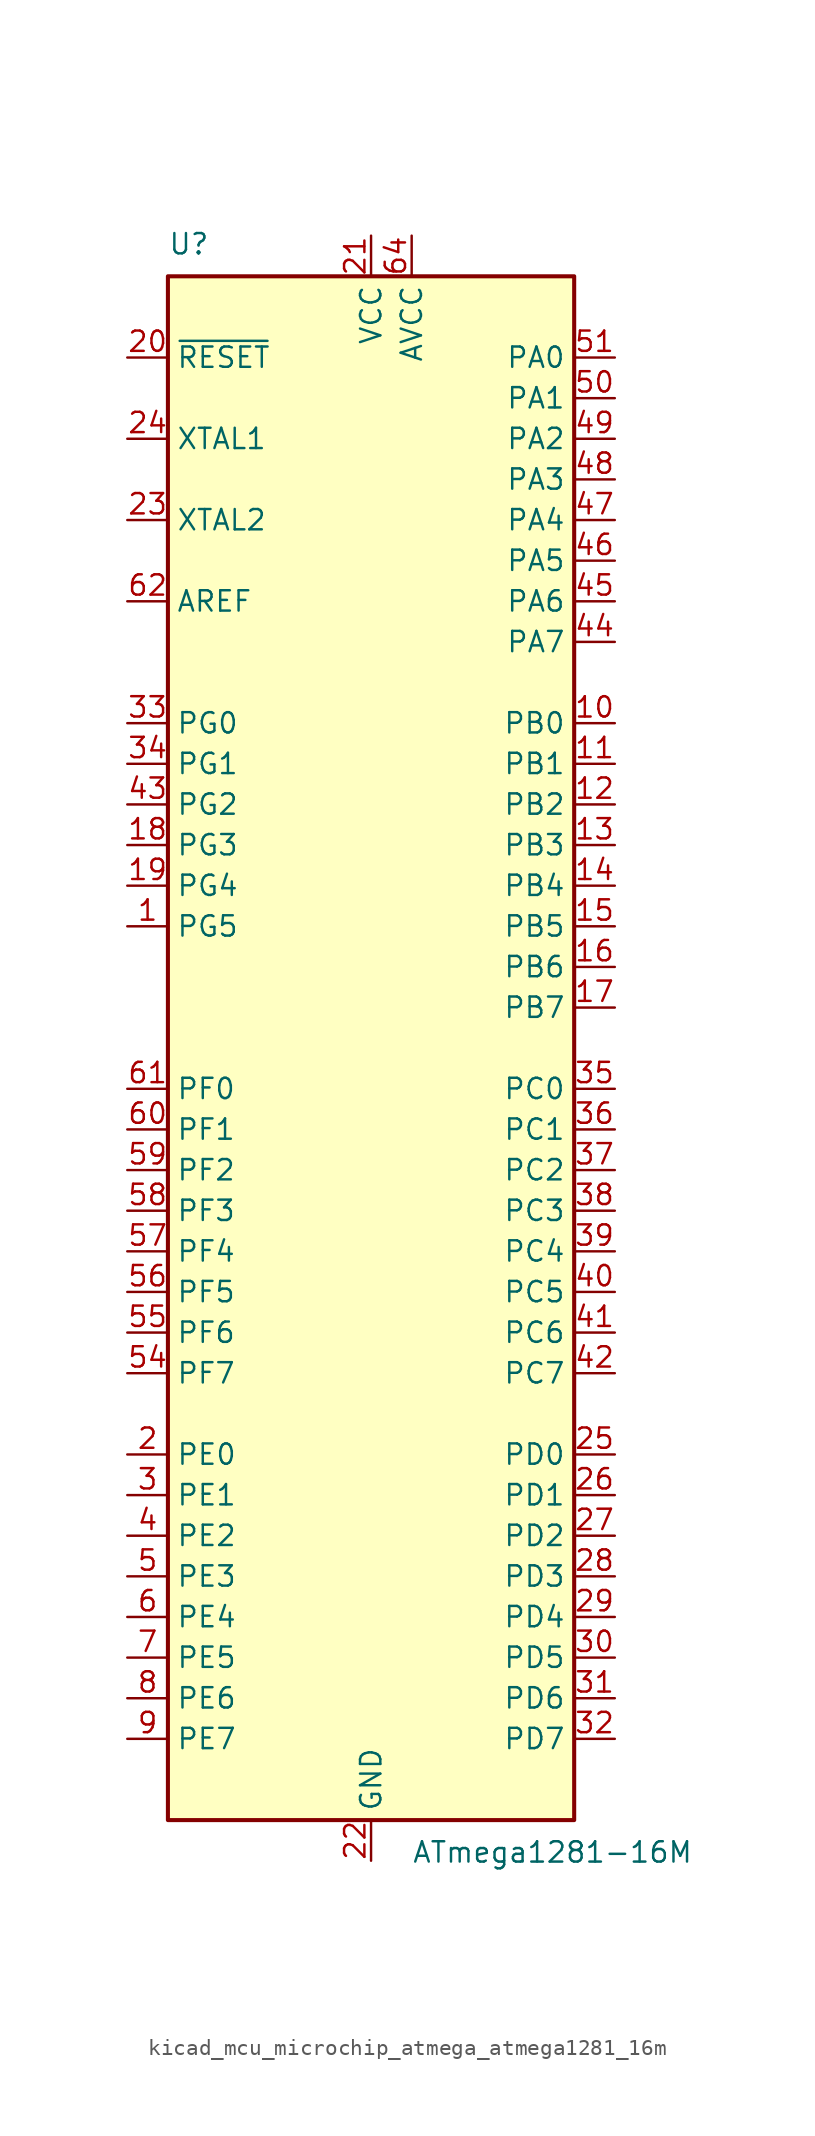
<source format=kicad_sym>
(kicad_symbol_lib
  (version 20220914)
  (generator kicad_symbol_editor)
  (symbol "kicad_mcu_microchip_atmega_atmega1281_16m"
    (property "Reference" "U"
      (at -12.7 49.53 0)
      (effects (font (size 1.27 1.27)) (justify left bottom)))
    (property "Value" "ATmega1281-16M"
      (at 2.54 -49.53 0)
      (effects (font (size 1.27 1.27)) (justify left top)))
    (symbol "kicad_mcu_microchip_atmega_atmega1281_16m_0_1"
      (rectangle (start -12.7 -48.26) (end 12.7 48.26) (stroke (width 0.254) (type default)) (fill (type background))))
    (symbol "kicad_mcu_microchip_atmega_atmega1281_16m_1_1"
      (pin bidirectional line (at -15.24 7.62 0) (length 2.54) (name "PG5" (effects (font (size 1.27 1.27)))) (number "1" (effects (font (size 1.27 1.27)))))
      (pin bidirectional line (at 15.24 20.32 180) (length 2.54) (name "PB0" (effects (font (size 1.27 1.27)))) (number "10" (effects (font (size 1.27 1.27)))))
      (pin bidirectional line (at 15.24 17.78 180) (length 2.54) (name "PB1" (effects (font (size 1.27 1.27)))) (number "11" (effects (font (size 1.27 1.27)))))
      (pin bidirectional line (at 15.24 15.24 180) (length 2.54) (name "PB2" (effects (font (size 1.27 1.27)))) (number "12" (effects (font (size 1.27 1.27)))))
      (pin bidirectional line (at 15.24 12.7 180) (length 2.54) (name "PB3" (effects (font (size 1.27 1.27)))) (number "13" (effects (font (size 1.27 1.27)))))
      (pin bidirectional line (at 15.24 10.16 180) (length 2.54) (name "PB4" (effects (font (size 1.27 1.27)))) (number "14" (effects (font (size 1.27 1.27)))))
      (pin bidirectional line (at 15.24 7.62 180) (length 2.54) (name "PB5" (effects (font (size 1.27 1.27)))) (number "15" (effects (font (size 1.27 1.27)))))
      (pin bidirectional line (at 15.24 5.08 180) (length 2.54) (name "PB6" (effects (font (size 1.27 1.27)))) (number "16" (effects (font (size 1.27 1.27)))))
      (pin bidirectional line (at 15.24 2.54 180) (length 2.54) (name "PB7" (effects (font (size 1.27 1.27)))) (number "17" (effects (font (size 1.27 1.27)))))
      (pin bidirectional line (at -15.24 12.7 0) (length 2.54) (name "PG3" (effects (font (size 1.27 1.27)))) (number "18" (effects (font (size 1.27 1.27)))))
      (pin bidirectional line (at -15.24 10.16 0) (length 2.54) (name "PG4" (effects (font (size 1.27 1.27)))) (number "19" (effects (font (size 1.27 1.27)))))
      (pin bidirectional line (at -15.24 -25.4 0) (length 2.54) (name "PE0" (effects (font (size 1.27 1.27)))) (number "2" (effects (font (size 1.27 1.27)))))
      (pin input line (at -15.24 43.18 0) (length 2.54) (name "~{RESET}" (effects (font (size 1.27 1.27)))) (number "20" (effects (font (size 1.27 1.27)))))
      (pin power_in line (at 0 50.8 270) (length 2.54) (name "VCC" (effects (font (size 1.27 1.27)))) (number "21" (effects (font (size 1.27 1.27)))))
      (pin power_in line (at 0 -50.8 90) (length 2.54) (name "GND" (effects (font (size 1.27 1.27)))) (number "22" (effects (font (size 1.27 1.27)))))
      (pin output line (at -15.24 33.02 0) (length 2.54) (name "XTAL2" (effects (font (size 1.27 1.27)))) (number "23" (effects (font (size 1.27 1.27)))))
      (pin input line (at -15.24 38.1 0) (length 2.54) (name "XTAL1" (effects (font (size 1.27 1.27)))) (number "24" (effects (font (size 1.27 1.27)))))
      (pin bidirectional line (at 15.24 -25.4 180) (length 2.54) (name "PD0" (effects (font (size 1.27 1.27)))) (number "25" (effects (font (size 1.27 1.27)))))
      (pin bidirectional line (at 15.24 -27.94 180) (length 2.54) (name "PD1" (effects (font (size 1.27 1.27)))) (number "26" (effects (font (size 1.27 1.27)))))
      (pin bidirectional line (at 15.24 -30.48 180) (length 2.54) (name "PD2" (effects (font (size 1.27 1.27)))) (number "27" (effects (font (size 1.27 1.27)))))
      (pin bidirectional line (at 15.24 -33.02 180) (length 2.54) (name "PD3" (effects (font (size 1.27 1.27)))) (number "28" (effects (font (size 1.27 1.27)))))
      (pin bidirectional line (at 15.24 -35.56 180) (length 2.54) (name "PD4" (effects (font (size 1.27 1.27)))) (number "29" (effects (font (size 1.27 1.27)))))
      (pin bidirectional line (at -15.24 -27.94 0) (length 2.54) (name "PE1" (effects (font (size 1.27 1.27)))) (number "3" (effects (font (size 1.27 1.27)))))
      (pin bidirectional line (at 15.24 -38.1 180) (length 2.54) (name "PD5" (effects (font (size 1.27 1.27)))) (number "30" (effects (font (size 1.27 1.27)))))
      (pin bidirectional line (at 15.24 -40.64 180) (length 2.54) (name "PD6" (effects (font (size 1.27 1.27)))) (number "31" (effects (font (size 1.27 1.27)))))
      (pin bidirectional line (at 15.24 -43.18 180) (length 2.54) (name "PD7" (effects (font (size 1.27 1.27)))) (number "32" (effects (font (size 1.27 1.27)))))
      (pin bidirectional line (at -15.24 20.32 0) (length 2.54) (name "PG0" (effects (font (size 1.27 1.27)))) (number "33" (effects (font (size 1.27 1.27)))))
      (pin bidirectional line (at -15.24 17.78 0) (length 2.54) (name "PG1" (effects (font (size 1.27 1.27)))) (number "34" (effects (font (size 1.27 1.27)))))
      (pin bidirectional line (at 15.24 -2.54 180) (length 2.54) (name "PC0" (effects (font (size 1.27 1.27)))) (number "35" (effects (font (size 1.27 1.27)))))
      (pin bidirectional line (at 15.24 -5.08 180) (length 2.54) (name "PC1" (effects (font (size 1.27 1.27)))) (number "36" (effects (font (size 1.27 1.27)))))
      (pin bidirectional line (at 15.24 -7.62 180) (length 2.54) (name "PC2" (effects (font (size 1.27 1.27)))) (number "37" (effects (font (size 1.27 1.27)))))
      (pin bidirectional line (at 15.24 -10.16 180) (length 2.54) (name "PC3" (effects (font (size 1.27 1.27)))) (number "38" (effects (font (size 1.27 1.27)))))
      (pin bidirectional line (at 15.24 -12.7 180) (length 2.54) (name "PC4" (effects (font (size 1.27 1.27)))) (number "39" (effects (font (size 1.27 1.27)))))
      (pin bidirectional line (at -15.24 -30.48 0) (length 2.54) (name "PE2" (effects (font (size 1.27 1.27)))) (number "4" (effects (font (size 1.27 1.27)))))
      (pin bidirectional line (at 15.24 -15.24 180) (length 2.54) (name "PC5" (effects (font (size 1.27 1.27)))) (number "40" (effects (font (size 1.27 1.27)))))
      (pin bidirectional line (at 15.24 -17.78 180) (length 2.54) (name "PC6" (effects (font (size 1.27 1.27)))) (number "41" (effects (font (size 1.27 1.27)))))
      (pin bidirectional line (at 15.24 -20.32 180) (length 2.54) (name "PC7" (effects (font (size 1.27 1.27)))) (number "42" (effects (font (size 1.27 1.27)))))
      (pin bidirectional line (at -15.24 15.24 0) (length 2.54) (name "PG2" (effects (font (size 1.27 1.27)))) (number "43" (effects (font (size 1.27 1.27)))))
      (pin bidirectional line (at 15.24 25.4 180) (length 2.54) (name "PA7" (effects (font (size 1.27 1.27)))) (number "44" (effects (font (size 1.27 1.27)))))
      (pin bidirectional line (at 15.24 27.94 180) (length 2.54) (name "PA6" (effects (font (size 1.27 1.27)))) (number "45" (effects (font (size 1.27 1.27)))))
      (pin bidirectional line (at 15.24 30.48 180) (length 2.54) (name "PA5" (effects (font (size 1.27 1.27)))) (number "46" (effects (font (size 1.27 1.27)))))
      (pin bidirectional line (at 15.24 33.02 180) (length 2.54) (name "PA4" (effects (font (size 1.27 1.27)))) (number "47" (effects (font (size 1.27 1.27)))))
      (pin bidirectional line (at 15.24 35.56 180) (length 2.54) (name "PA3" (effects (font (size 1.27 1.27)))) (number "48" (effects (font (size 1.27 1.27)))))
      (pin bidirectional line (at 15.24 38.1 180) (length 2.54) (name "PA2" (effects (font (size 1.27 1.27)))) (number "49" (effects (font (size 1.27 1.27)))))
      (pin bidirectional line (at -15.24 -33.02 0) (length 2.54) (name "PE3" (effects (font (size 1.27 1.27)))) (number "5" (effects (font (size 1.27 1.27)))))
      (pin bidirectional line (at 15.24 40.64 180) (length 2.54) (name "PA1" (effects (font (size 1.27 1.27)))) (number "50" (effects (font (size 1.27 1.27)))))
      (pin bidirectional line (at 15.24 43.18 180) (length 2.54) (name "PA0" (effects (font (size 1.27 1.27)))) (number "51" (effects (font (size 1.27 1.27)))))
      (pin passive line (at 0 50.8 270) (length 2.54) hide (name "VCC" (effects (font (size 1.27 1.27)))) (number "52" (effects (font (size 1.27 1.27)))))
      (pin passive line (at 0 -50.8 90) (length 2.54) hide (name "GND" (effects (font (size 1.27 1.27)))) (number "53" (effects (font (size 1.27 1.27)))))
      (pin bidirectional line (at -15.24 -20.32 0) (length 2.54) (name "PF7" (effects (font (size 1.27 1.27)))) (number "54" (effects (font (size 1.27 1.27)))))
      (pin bidirectional line (at -15.24 -17.78 0) (length 2.54) (name "PF6" (effects (font (size 1.27 1.27)))) (number "55" (effects (font (size 1.27 1.27)))))
      (pin bidirectional line (at -15.24 -15.24 0) (length 2.54) (name "PF5" (effects (font (size 1.27 1.27)))) (number "56" (effects (font (size 1.27 1.27)))))
      (pin bidirectional line (at -15.24 -12.7 0) (length 2.54) (name "PF4" (effects (font (size 1.27 1.27)))) (number "57" (effects (font (size 1.27 1.27)))))
      (pin bidirectional line (at -15.24 -10.16 0) (length 2.54) (name "PF3" (effects (font (size 1.27 1.27)))) (number "58" (effects (font (size 1.27 1.27)))))
      (pin bidirectional line (at -15.24 -7.62 0) (length 2.54) (name "PF2" (effects (font (size 1.27 1.27)))) (number "59" (effects (font (size 1.27 1.27)))))
      (pin bidirectional line (at -15.24 -35.56 0) (length 2.54) (name "PE4" (effects (font (size 1.27 1.27)))) (number "6" (effects (font (size 1.27 1.27)))))
      (pin bidirectional line (at -15.24 -5.08 0) (length 2.54) (name "PF1" (effects (font (size 1.27 1.27)))) (number "60" (effects (font (size 1.27 1.27)))))
      (pin bidirectional line (at -15.24 -2.54 0) (length 2.54) (name "PF0" (effects (font (size 1.27 1.27)))) (number "61" (effects (font (size 1.27 1.27)))))
      (pin passive line (at -15.24 27.94 0) (length 2.54) (name "AREF" (effects (font (size 1.27 1.27)))) (number "62" (effects (font (size 1.27 1.27)))))
      (pin passive line (at 0 -50.8 90) (length 2.54) hide (name "GND" (effects (font (size 1.27 1.27)))) (number "63" (effects (font (size 1.27 1.27)))))
      (pin power_in line (at 2.54 50.8 270) (length 2.54) (name "AVCC" (effects (font (size 1.27 1.27)))) (number "64" (effects (font (size 1.27 1.27)))))
      (pin passive line (at 0 -50.8 90) (length 2.54) hide (name "GND" (effects (font (size 1.27 1.27)))) (number "65" (effects (font (size 1.27 1.27)))))
      (pin bidirectional line (at -15.24 -38.1 0) (length 2.54) (name "PE5" (effects (font (size 1.27 1.27)))) (number "7" (effects (font (size 1.27 1.27)))))
      (pin bidirectional line (at -15.24 -40.64 0) (length 2.54) (name "PE6" (effects (font (size 1.27 1.27)))) (number "8" (effects (font (size 1.27 1.27)))))
      (pin bidirectional line (at -15.24 -43.18 0) (length 2.54) (name "PE7" (effects (font (size 1.27 1.27)))) (number "9" (effects (font (size 1.27 1.27))))))))
</source>
